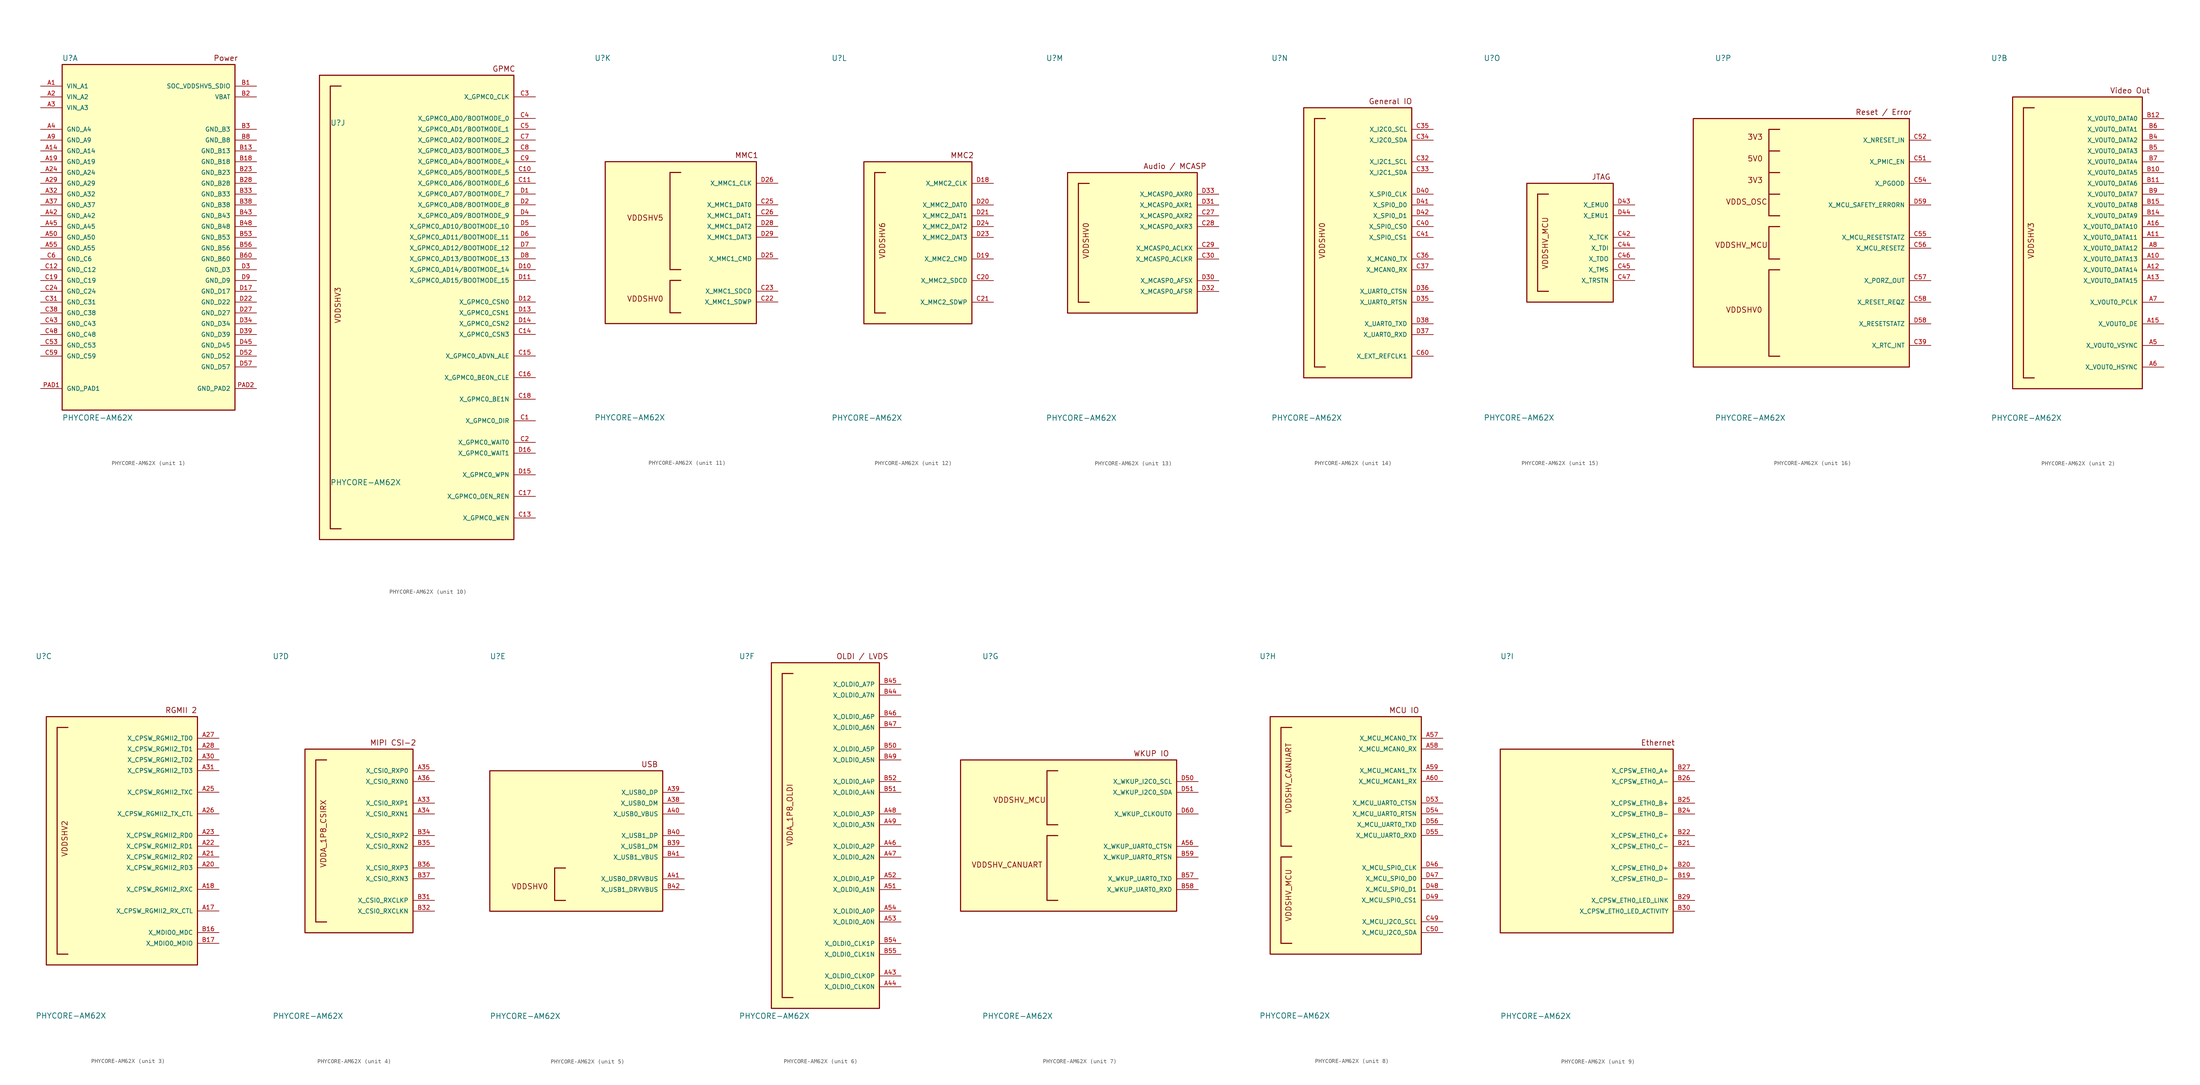
<source format=kicad_sym>
(kicad_symbol_lib
  (version 20220914)
  (generator kicad_symbol_editor)
  (symbol "PHYCORE-AM62X"
    (pin_names
      (offset 1.016))
    (property "Reference" "U"
      (at -20.32 41.402 0)
      (effects (font (size 1.27 1.27)) (justify left bottom)))
    (property "Value" "PHYCORE-AM62X"
      (at -20.32 -43.18 0)
      (effects (font (size 1.27 1.27)) (justify left bottom)))
    (symbol "PHYCORE-AM62X_1_0"
      (rectangle (start -20.32 -40.64) (end 20.32 40.64) (stroke (width 0.254) (type default)) (fill (type background)))
      (text "Power" (at 15.24 41.402 0) (effects (font (size 1.27 1.27)) (justify left bottom)))
      (pin power_in line (at -25.4 35.56 0) (length 5.08) (name "VIN_A1" (effects (font (size 1.016 1.016)))) (number "A1" (effects (font (size 1.016 1.016)))))
      (pin power_in line (at -25.4 20.32 0) (length 5.08) (name "GND_A14" (effects (font (size 1.016 1.016)))) (number "A14" (effects (font (size 1.016 1.016)))))
      (pin power_in line (at -25.4 17.78 0) (length 5.08) (name "GND_A19" (effects (font (size 1.016 1.016)))) (number "A19" (effects (font (size 1.016 1.016)))))
      (pin power_in line (at -25.4 33.02 0) (length 5.08) (name "VIN_A2" (effects (font (size 1.016 1.016)))) (number "A2" (effects (font (size 1.016 1.016)))))
      (pin power_in line (at -25.4 15.24 0) (length 5.08) (name "GND_A24" (effects (font (size 1.016 1.016)))) (number "A24" (effects (font (size 1.016 1.016)))))
      (pin power_in line (at -25.4 12.7 0) (length 5.08) (name "GND_A29" (effects (font (size 1.016 1.016)))) (number "A29" (effects (font (size 1.016 1.016)))))
      (pin power_in line (at -25.4 30.48 0) (length 5.08) (name "VIN_A3" (effects (font (size 1.016 1.016)))) (number "A3" (effects (font (size 1.016 1.016)))))
      (pin power_in line (at -25.4 10.16 0) (length 5.08) (name "GND_A32" (effects (font (size 1.016 1.016)))) (number "A32" (effects (font (size 1.016 1.016)))))
      (pin power_in line (at -25.4 7.62 0) (length 5.08) (name "GND_A37" (effects (font (size 1.016 1.016)))) (number "A37" (effects (font (size 1.016 1.016)))))
      (pin power_in line (at -25.4 25.4 0) (length 5.08) (name "GND_A4" (effects (font (size 1.016 1.016)))) (number "A4" (effects (font (size 1.016 1.016)))))
      (pin power_in line (at -25.4 5.08 0) (length 5.08) (name "GND_A42" (effects (font (size 1.016 1.016)))) (number "A42" (effects (font (size 1.016 1.016)))))
      (pin power_in line (at -25.4 2.54 0) (length 5.08) (name "GND_A45" (effects (font (size 1.016 1.016)))) (number "A45" (effects (font (size 1.016 1.016)))))
      (pin power_in line (at -25.4 0 0) (length 5.08) (name "GND_A50" (effects (font (size 1.016 1.016)))) (number "A50" (effects (font (size 1.016 1.016)))))
      (pin power_in line (at -25.4 -2.54 0) (length 5.08) (name "GND_A55" (effects (font (size 1.016 1.016)))) (number "A55" (effects (font (size 1.016 1.016)))))
      (pin power_in line (at -25.4 22.86 0) (length 5.08) (name "GND_A9" (effects (font (size 1.016 1.016)))) (number "A9" (effects (font (size 1.016 1.016)))))
      (pin power_in line (at 25.4 35.56 180) (length 5.08) (name "SOC_VDDSHV5_SDIO" (effects (font (size 1.016 1.016)))) (number "B1" (effects (font (size 1.016 1.016)))))
      (pin power_in line (at 25.4 20.32 180) (length 5.08) (name "GND_B13" (effects (font (size 1.016 1.016)))) (number "B13" (effects (font (size 1.016 1.016)))))
      (pin power_in line (at 25.4 17.78 180) (length 5.08) (name "GND_B18" (effects (font (size 1.016 1.016)))) (number "B18" (effects (font (size 1.016 1.016)))))
      (pin power_in line (at 25.4 33.02 180) (length 5.08) (name "VBAT" (effects (font (size 1.016 1.016)))) (number "B2" (effects (font (size 1.016 1.016)))))
      (pin power_in line (at 25.4 15.24 180) (length 5.08) (name "GND_B23" (effects (font (size 1.016 1.016)))) (number "B23" (effects (font (size 1.016 1.016)))))
      (pin power_in line (at 25.4 12.7 180) (length 5.08) (name "GND_B28" (effects (font (size 1.016 1.016)))) (number "B28" (effects (font (size 1.016 1.016)))))
      (pin power_in line (at 25.4 25.4 180) (length 5.08) (name "GND_B3" (effects (font (size 1.016 1.016)))) (number "B3" (effects (font (size 1.016 1.016)))))
      (pin power_in line (at 25.4 10.16 180) (length 5.08) (name "GND_B33" (effects (font (size 1.016 1.016)))) (number "B33" (effects (font (size 1.016 1.016)))))
      (pin power_in line (at 25.4 7.62 180) (length 5.08) (name "GND_B38" (effects (font (size 1.016 1.016)))) (number "B38" (effects (font (size 1.016 1.016)))))
      (pin power_in line (at 25.4 5.08 180) (length 5.08) (name "GND_B43" (effects (font (size 1.016 1.016)))) (number "B43" (effects (font (size 1.016 1.016)))))
      (pin power_in line (at 25.4 2.54 180) (length 5.08) (name "GND_B48" (effects (font (size 1.016 1.016)))) (number "B48" (effects (font (size 1.016 1.016)))))
      (pin power_in line (at 25.4 0 180) (length 5.08) (name "GND_B53" (effects (font (size 1.016 1.016)))) (number "B53" (effects (font (size 1.016 1.016)))))
      (pin power_in line (at 25.4 -2.54 180) (length 5.08) (name "GND_B56" (effects (font (size 1.016 1.016)))) (number "B56" (effects (font (size 1.016 1.016)))))
      (pin power_in line (at 25.4 -5.08 180) (length 5.08) (name "GND_B60" (effects (font (size 1.016 1.016)))) (number "B60" (effects (font (size 1.016 1.016)))))
      (pin power_in line (at 25.4 22.86 180) (length 5.08) (name "GND_B8" (effects (font (size 1.016 1.016)))) (number "B8" (effects (font (size 1.016 1.016)))))
      (pin power_in line (at -25.4 -7.62 0) (length 5.08) (name "GND_C12" (effects (font (size 1.016 1.016)))) (number "C12" (effects (font (size 1.016 1.016)))))
      (pin power_in line (at -25.4 -10.16 0) (length 5.08) (name "GND_C19" (effects (font (size 1.016 1.016)))) (number "C19" (effects (font (size 1.016 1.016)))))
      (pin power_in line (at -25.4 -12.7 0) (length 5.08) (name "GND_C24" (effects (font (size 1.016 1.016)))) (number "C24" (effects (font (size 1.016 1.016)))))
      (pin power_in line (at -25.4 -15.24 0) (length 5.08) (name "GND_C31" (effects (font (size 1.016 1.016)))) (number "C31" (effects (font (size 1.016 1.016)))))
      (pin power_in line (at -25.4 -17.78 0) (length 5.08) (name "GND_C38" (effects (font (size 1.016 1.016)))) (number "C38" (effects (font (size 1.016 1.016)))))
      (pin power_in line (at -25.4 -20.32 0) (length 5.08) (name "GND_C43" (effects (font (size 1.016 1.016)))) (number "C43" (effects (font (size 1.016 1.016)))))
      (pin power_in line (at -25.4 -22.86 0) (length 5.08) (name "GND_C48" (effects (font (size 1.016 1.016)))) (number "C48" (effects (font (size 1.016 1.016)))))
      (pin power_in line (at -25.4 -25.4 0) (length 5.08) (name "GND_C53" (effects (font (size 1.016 1.016)))) (number "C53" (effects (font (size 1.016 1.016)))))
      (pin power_in line (at -25.4 -27.94 0) (length 5.08) (name "GND_C59" (effects (font (size 1.016 1.016)))) (number "C59" (effects (font (size 1.016 1.016)))))
      (pin power_in line (at -25.4 -5.08 0) (length 5.08) (name "GND_C6" (effects (font (size 1.016 1.016)))) (number "C6" (effects (font (size 1.016 1.016)))))
      (pin power_in line (at 25.4 -12.7 180) (length 5.08) (name "GND_D17" (effects (font (size 1.016 1.016)))) (number "D17" (effects (font (size 1.016 1.016)))))
      (pin power_in line (at 25.4 -15.24 180) (length 5.08) (name "GND_D22" (effects (font (size 1.016 1.016)))) (number "D22" (effects (font (size 1.016 1.016)))))
      (pin power_in line (at 25.4 -17.78 180) (length 5.08) (name "GND_D27" (effects (font (size 1.016 1.016)))) (number "D27" (effects (font (size 1.016 1.016)))))
      (pin power_in line (at 25.4 -7.62 180) (length 5.08) (name "GND_D3" (effects (font (size 1.016 1.016)))) (number "D3" (effects (font (size 1.016 1.016)))))
      (pin power_in line (at 25.4 -20.32 180) (length 5.08) (name "GND_D34" (effects (font (size 1.016 1.016)))) (number "D34" (effects (font (size 1.016 1.016)))))
      (pin power_in line (at 25.4 -22.86 180) (length 5.08) (name "GND_D39" (effects (font (size 1.016 1.016)))) (number "D39" (effects (font (size 1.016 1.016)))))
      (pin power_in line (at 25.4 -25.4 180) (length 5.08) (name "GND_D45" (effects (font (size 1.016 1.016)))) (number "D45" (effects (font (size 1.016 1.016)))))
      (pin power_in line (at 25.4 -27.94 180) (length 5.08) (name "GND_D52" (effects (font (size 1.016 1.016)))) (number "D52" (effects (font (size 1.016 1.016)))))
      (pin power_in line (at 25.4 -30.48 180) (length 5.08) (name "GND_D57" (effects (font (size 1.016 1.016)))) (number "D57" (effects (font (size 1.016 1.016)))))
      (pin power_in line (at 25.4 -10.16 180) (length 5.08) (name "GND_D9" (effects (font (size 1.016 1.016)))) (number "D9" (effects (font (size 1.016 1.016)))))
      (pin power_in line (at -25.4 -35.56 0) (length 5.08) (name "GND_PAD1" (effects (font (size 1.016 1.016)))) (number "PAD1" (effects (font (size 1.016 1.016)))))
      (pin power_in line (at 25.4 -35.56 180) (length 5.08) (name "GND_PAD2" (effects (font (size 1.016 1.016)))) (number "PAD2" (effects (font (size 1.016 1.016))))))
    (symbol "PHYCORE-AM62X_2_0"
      (rectangle (start -15.24 -35.56) (end 15.24 33.02) (stroke (width 0.254) (type default)) (fill (type background)))
      (polyline (pts (xy -12.7 -33.02) (xy -10.16 -33.02)) (stroke (width 0.254) (type default)) (fill (type none)))
      (polyline (pts (xy -12.7 30.48) (xy -12.7 -33.02)) (stroke (width 0.254) (type default)) (fill (type none)))
      (polyline (pts (xy -10.16 30.48) (xy -12.7 30.48)) (stroke (width 0.254) (type default)) (fill (type none)))
      (text "VDDSHV3" (at -10.16 -5.08 900) (effects (font (size 1.27 1.27)) (justify left bottom)))
      (text "Video Out" (at 7.62 33.782 0) (effects (font (size 1.27 1.27)) (justify left bottom)))
      (pin output line (at 20.32 -5.08 180) (length 5.08) (name "X_VOUT0_DATA13" (effects (font (size 1.016 1.016)))) (number "A10" (effects (font (size 1.016 1.016)))))
      (pin output line (at 20.32 0 180) (length 5.08) (name "X_VOUT0_DATA11" (effects (font (size 1.016 1.016)))) (number "A11" (effects (font (size 1.016 1.016)))))
      (pin output line (at 20.32 -7.62 180) (length 5.08) (name "X_VOUT0_DATA14" (effects (font (size 1.016 1.016)))) (number "A12" (effects (font (size 1.016 1.016)))))
      (pin output line (at 20.32 -10.16 180) (length 5.08) (name "X_VOUT0_DATA15" (effects (font (size 1.016 1.016)))) (number "A13" (effects (font (size 1.016 1.016)))))
      (pin output line (at 20.32 -20.32 180) (length 5.08) (name "X_VOUT0_DE" (effects (font (size 1.016 1.016)))) (number "A15" (effects (font (size 1.016 1.016)))))
      (pin output line (at 20.32 2.54 180) (length 5.08) (name "X_VOUT0_DATA10" (effects (font (size 1.016 1.016)))) (number "A16" (effects (font (size 1.016 1.016)))))
      (pin output line (at 20.32 -25.4 180) (length 5.08) (name "X_VOUT0_VSYNC" (effects (font (size 1.016 1.016)))) (number "A5" (effects (font (size 1.016 1.016)))))
      (pin output line (at 20.32 -30.48 180) (length 5.08) (name "X_VOUT0_HSYNC" (effects (font (size 1.016 1.016)))) (number "A6" (effects (font (size 1.016 1.016)))))
      (pin output line (at 20.32 -15.24 180) (length 5.08) (name "X_VOUT0_PCLK" (effects (font (size 1.016 1.016)))) (number "A7" (effects (font (size 1.016 1.016)))))
      (pin output line (at 20.32 -2.54 180) (length 5.08) (name "X_VOUT0_DATA12" (effects (font (size 1.016 1.016)))) (number "A8" (effects (font (size 1.016 1.016)))))
      (pin output line (at 20.32 15.24 180) (length 5.08) (name "X_VOUT0_DATA5" (effects (font (size 1.016 1.016)))) (number "B10" (effects (font (size 1.016 1.016)))))
      (pin output line (at 20.32 12.7 180) (length 5.08) (name "X_VOUT0_DATA6" (effects (font (size 1.016 1.016)))) (number "B11" (effects (font (size 1.016 1.016)))))
      (pin output line (at 20.32 27.94 180) (length 5.08) (name "X_VOUT0_DATA0" (effects (font (size 1.016 1.016)))) (number "B12" (effects (font (size 1.016 1.016)))))
      (pin output line (at 20.32 5.08 180) (length 5.08) (name "X_VOUT0_DATA9" (effects (font (size 1.016 1.016)))) (number "B14" (effects (font (size 1.016 1.016)))))
      (pin output line (at 20.32 7.62 180) (length 5.08) (name "X_VOUT0_DATA8" (effects (font (size 1.016 1.016)))) (number "B15" (effects (font (size 1.016 1.016)))))
      (pin output line (at 20.32 22.86 180) (length 5.08) (name "X_VOUT0_DATA2" (effects (font (size 1.016 1.016)))) (number "B4" (effects (font (size 1.016 1.016)))))
      (pin output line (at 20.32 20.32 180) (length 5.08) (name "X_VOUT0_DATA3" (effects (font (size 1.016 1.016)))) (number "B5" (effects (font (size 1.016 1.016)))))
      (pin output line (at 20.32 25.4 180) (length 5.08) (name "X_VOUT0_DATA1" (effects (font (size 1.016 1.016)))) (number "B6" (effects (font (size 1.016 1.016)))))
      (pin output line (at 20.32 17.78 180) (length 5.08) (name "X_VOUT0_DATA4" (effects (font (size 1.016 1.016)))) (number "B7" (effects (font (size 1.016 1.016)))))
      (pin output line (at 20.32 10.16 180) (length 5.08) (name "X_VOUT0_DATA7" (effects (font (size 1.016 1.016)))) (number "B9" (effects (font (size 1.016 1.016))))))
    (symbol "PHYCORE-AM62X_3_0"
      (rectangle (start -17.78 -30.48) (end 17.78 27.94) (stroke (width 0.254) (type default)) (fill (type background)))
      (polyline (pts (xy -15.24 -27.94) (xy -12.7 -27.94)) (stroke (width 0.254) (type default)) (fill (type none)))
      (polyline (pts (xy -15.24 25.4) (xy -15.24 -27.94)) (stroke (width 0.254) (type default)) (fill (type none)))
      (polyline (pts (xy -12.7 25.4) (xy -15.24 25.4)) (stroke (width 0.254) (type default)) (fill (type none)))
      (text "RGMII 2" (at 10.16 28.702 0) (effects (font (size 1.27 1.27)) (justify left bottom)))
      (text "VDDSHV2" (at -12.7 -5.08 900) (effects (font (size 1.27 1.27)) (justify left bottom)))
      (pin input line (at 22.86 -17.78 180) (length 5.08) (name "X_CPSW_RGMII2_RX_CTL" (effects (font (size 1.016 1.016)))) (number "A17" (effects (font (size 1.016 1.016)))))
      (pin input line (at 22.86 -12.7 180) (length 5.08) (name "X_CPSW_RGMII2_RXC" (effects (font (size 1.016 1.016)))) (number "A18" (effects (font (size 1.016 1.016)))))
      (pin input line (at 22.86 -7.62 180) (length 5.08) (name "X_CPSW_RGMII2_RD3" (effects (font (size 1.016 1.016)))) (number "A20" (effects (font (size 1.016 1.016)))))
      (pin input line (at 22.86 -5.08 180) (length 5.08) (name "X_CPSW_RGMII2_RD2" (effects (font (size 1.016 1.016)))) (number "A21" (effects (font (size 1.016 1.016)))))
      (pin input line (at 22.86 -2.54 180) (length 5.08) (name "X_CPSW_RGMII2_RD1" (effects (font (size 1.016 1.016)))) (number "A22" (effects (font (size 1.016 1.016)))))
      (pin input line (at 22.86 0 180) (length 5.08) (name "X_CPSW_RGMII2_RD0" (effects (font (size 1.016 1.016)))) (number "A23" (effects (font (size 1.016 1.016)))))
      (pin bidirectional line (at 22.86 10.16 180) (length 5.08) (name "X_CPSW_RGMII2_TXC" (effects (font (size 1.016 1.016)))) (number "A25" (effects (font (size 1.016 1.016)))))
      (pin output line (at 22.86 5.08 180) (length 5.08) (name "X_CPSW_RGMII2_TX_CTL" (effects (font (size 1.016 1.016)))) (number "A26" (effects (font (size 1.016 1.016)))))
      (pin output line (at 22.86 22.86 180) (length 5.08) (name "X_CPSW_RGMII2_TD0" (effects (font (size 1.016 1.016)))) (number "A27" (effects (font (size 1.016 1.016)))))
      (pin output line (at 22.86 20.32 180) (length 5.08) (name "X_CPSW_RGMII2_TD1" (effects (font (size 1.016 1.016)))) (number "A28" (effects (font (size 1.016 1.016)))))
      (pin output line (at 22.86 17.78 180) (length 5.08) (name "X_CPSW_RGMII2_TD2" (effects (font (size 1.016 1.016)))) (number "A30" (effects (font (size 1.016 1.016)))))
      (pin output line (at 22.86 15.24 180) (length 5.08) (name "X_CPSW_RGMII2_TD3" (effects (font (size 1.016 1.016)))) (number "A31" (effects (font (size 1.016 1.016)))))
      (pin output line (at 22.86 -22.86 180) (length 5.08) (name "X_MDIO0_MDC" (effects (font (size 1.016 1.016)))) (number "B16" (effects (font (size 1.016 1.016)))))
      (pin bidirectional line (at 22.86 -25.4 180) (length 5.08) (name "X_MDIO0_MDIO" (effects (font (size 1.016 1.016)))) (number "B17" (effects (font (size 1.016 1.016))))))
    (symbol "PHYCORE-AM62X_4_0"
      (rectangle (start -12.7 -22.86) (end 12.7 20.32) (stroke (width 0.254) (type default)) (fill (type background)))
      (polyline (pts (xy -10.16 -20.32) (xy -7.62 -20.32)) (stroke (width 0.254) (type default)) (fill (type none)))
      (polyline (pts (xy -10.16 17.78) (xy -10.16 -20.32)) (stroke (width 0.254) (type default)) (fill (type none)))
      (polyline (pts (xy -7.62 17.78) (xy -10.16 17.78)) (stroke (width 0.254) (type default)) (fill (type none)))
      (text "MIPI CSI-2" (at 2.54 21.082 0) (effects (font (size 1.27 1.27)) (justify left bottom)))
      (text "VDDA_1P8_CSIRX" (at -7.62 -7.62 900) (effects (font (size 1.27 1.27)) (justify left bottom)))
      (pin input line (at 17.78 7.62 180) (length 5.08) (name "X_CSI0_RXP1" (effects (font (size 1.016 1.016)))) (number "A33" (effects (font (size 1.016 1.016)))))
      (pin input line (at 17.78 5.08 180) (length 5.08) (name "X_CSI0_RXN1" (effects (font (size 1.016 1.016)))) (number "A34" (effects (font (size 1.016 1.016)))))
      (pin input line (at 17.78 15.24 180) (length 5.08) (name "X_CSI0_RXP0" (effects (font (size 1.016 1.016)))) (number "A35" (effects (font (size 1.016 1.016)))))
      (pin input line (at 17.78 12.7 180) (length 5.08) (name "X_CSI0_RXN0" (effects (font (size 1.016 1.016)))) (number "A36" (effects (font (size 1.016 1.016)))))
      (pin input line (at 17.78 -15.24 180) (length 5.08) (name "X_CSI0_RXCLKP" (effects (font (size 1.016 1.016)))) (number "B31" (effects (font (size 1.016 1.016)))))
      (pin input line (at 17.78 -17.78 180) (length 5.08) (name "X_CSI0_RXCLKN" (effects (font (size 1.016 1.016)))) (number "B32" (effects (font (size 1.016 1.016)))))
      (pin input line (at 17.78 0 180) (length 5.08) (name "X_CSI0_RXP2" (effects (font (size 1.016 1.016)))) (number "B34" (effects (font (size 1.016 1.016)))))
      (pin input line (at 17.78 -2.54 180) (length 5.08) (name "X_CSI0_RXN2" (effects (font (size 1.016 1.016)))) (number "B35" (effects (font (size 1.016 1.016)))))
      (pin input line (at 17.78 -7.62 180) (length 5.08) (name "X_CSI0_RXP3" (effects (font (size 1.016 1.016)))) (number "B36" (effects (font (size 1.016 1.016)))))
      (pin input line (at 17.78 -10.16 180) (length 5.08) (name "X_CSI0_RXN3" (effects (font (size 1.016 1.016)))) (number "B37" (effects (font (size 1.016 1.016))))))
    (symbol "PHYCORE-AM62X_5_0"
      (rectangle (start -20.32 -17.78) (end 20.32 15.24) (stroke (width 0.254) (type default)) (fill (type background)))
      (polyline (pts (xy -5.08 -15.24) (xy -2.54 -15.24)) (stroke (width 0.254) (type default)) (fill (type none)))
      (polyline (pts (xy -5.08 -7.62) (xy -5.08 -15.24)) (stroke (width 0.254) (type default)) (fill (type none)))
      (polyline (pts (xy -2.54 -7.62) (xy -5.08 -7.62)) (stroke (width 0.254) (type default)) (fill (type none)))
      (text "USB" (at 15.24 16.002 0) (effects (font (size 1.27 1.27)) (justify left bottom)))
      (text "VDDSHV0" (at -15.24 -12.7 0) (effects (font (size 1.27 1.27)) (justify left bottom)))
      (pin bidirectional line (at 25.4 7.62 180) (length 5.08) (name "X_USB0_DM" (effects (font (size 1.016 1.016)))) (number "A38" (effects (font (size 1.016 1.016)))))
      (pin bidirectional line (at 25.4 10.16 180) (length 5.08) (name "X_USB0_DP" (effects (font (size 1.016 1.016)))) (number "A39" (effects (font (size 1.016 1.016)))))
      (pin power_in line (at 25.4 5.08 180) (length 5.08) (name "X_USB0_VBUS" (effects (font (size 1.016 1.016)))) (number "A40" (effects (font (size 1.016 1.016)))))
      (pin power_in line (at 25.4 -10.16 180) (length 5.08) (name "X_USB0_DRVVBUS" (effects (font (size 1.016 1.016)))) (number "A41" (effects (font (size 1.016 1.016)))))
      (pin bidirectional line (at 25.4 -2.54 180) (length 5.08) (name "X_USB1_DM" (effects (font (size 1.016 1.016)))) (number "B39" (effects (font (size 1.016 1.016)))))
      (pin bidirectional line (at 25.4 0 180) (length 5.08) (name "X_USB1_DP" (effects (font (size 1.016 1.016)))) (number "B40" (effects (font (size 1.016 1.016)))))
      (pin power_in line (at 25.4 -5.08 180) (length 5.08) (name "X_USB1_VBUS" (effects (font (size 1.016 1.016)))) (number "B41" (effects (font (size 1.016 1.016)))))
      (pin power_in line (at 25.4 -12.7 180) (length 5.08) (name "X_USB1_DRVVBUS" (effects (font (size 1.016 1.016)))) (number "B42" (effects (font (size 1.016 1.016))))))
    (symbol "PHYCORE-AM62X_6_0"
      (rectangle (start -12.7 -40.64) (end 12.7 40.64) (stroke (width 0.254) (type default)) (fill (type background)))
      (polyline (pts (xy -10.16 -38.1) (xy -7.62 -38.1)) (stroke (width 0.254) (type default)) (fill (type none)))
      (polyline (pts (xy -10.16 38.1) (xy -10.16 -38.1)) (stroke (width 0.254) (type default)) (fill (type none)))
      (polyline (pts (xy -7.62 38.1) (xy -10.16 38.1)) (stroke (width 0.254) (type default)) (fill (type none)))
      (text "OLDI / LVDS" (at 2.54 41.402 0) (effects (font (size 1.27 1.27)) (justify left bottom)))
      (text "VDDA_1P8_OLDI" (at -7.62 -2.54 900) (effects (font (size 1.27 1.27)) (justify left bottom)))
      (pin bidirectional line (at 17.78 -33.02 180) (length 5.08) (name "X_OLDI0_CLK0P" (effects (font (size 1.016 1.016)))) (number "A43" (effects (font (size 1.016 1.016)))))
      (pin bidirectional line (at 17.78 -35.56 180) (length 5.08) (name "X_OLDI0_CLK0N" (effects (font (size 1.016 1.016)))) (number "A44" (effects (font (size 1.016 1.016)))))
      (pin bidirectional line (at 17.78 -2.54 180) (length 5.08) (name "X_OLDI0_A2P" (effects (font (size 1.016 1.016)))) (number "A46" (effects (font (size 1.016 1.016)))))
      (pin bidirectional line (at 17.78 -5.08 180) (length 5.08) (name "X_OLDI0_A2N" (effects (font (size 1.016 1.016)))) (number "A47" (effects (font (size 1.016 1.016)))))
      (pin bidirectional line (at 17.78 5.08 180) (length 5.08) (name "X_OLDI0_A3P" (effects (font (size 1.016 1.016)))) (number "A48" (effects (font (size 1.016 1.016)))))
      (pin bidirectional line (at 17.78 2.54 180) (length 5.08) (name "X_OLDI0_A3N" (effects (font (size 1.016 1.016)))) (number "A49" (effects (font (size 1.016 1.016)))))
      (pin bidirectional line (at 17.78 -12.7 180) (length 5.08) (name "X_OLDI0_A1N" (effects (font (size 1.016 1.016)))) (number "A51" (effects (font (size 1.016 1.016)))))
      (pin bidirectional line (at 17.78 -10.16 180) (length 5.08) (name "X_OLDI0_A1P" (effects (font (size 1.016 1.016)))) (number "A52" (effects (font (size 1.016 1.016)))))
      (pin bidirectional line (at 17.78 -20.32 180) (length 5.08) (name "X_OLDI0_A0N" (effects (font (size 1.016 1.016)))) (number "A53" (effects (font (size 1.016 1.016)))))
      (pin bidirectional line (at 17.78 -17.78 180) (length 5.08) (name "X_OLDI0_A0P" (effects (font (size 1.016 1.016)))) (number "A54" (effects (font (size 1.016 1.016)))))
      (pin bidirectional line (at 17.78 33.02 180) (length 5.08) (name "X_OLDI0_A7N" (effects (font (size 1.016 1.016)))) (number "B44" (effects (font (size 1.016 1.016)))))
      (pin bidirectional line (at 17.78 35.56 180) (length 5.08) (name "X_OLDI0_A7P" (effects (font (size 1.016 1.016)))) (number "B45" (effects (font (size 1.016 1.016)))))
      (pin bidirectional line (at 17.78 27.94 180) (length 5.08) (name "X_OLDI0_A6P" (effects (font (size 1.016 1.016)))) (number "B46" (effects (font (size 1.016 1.016)))))
      (pin bidirectional line (at 17.78 25.4 180) (length 5.08) (name "X_OLDI0_A6N" (effects (font (size 1.016 1.016)))) (number "B47" (effects (font (size 1.016 1.016)))))
      (pin bidirectional line (at 17.78 17.78 180) (length 5.08) (name "X_OLDI0_A5N" (effects (font (size 1.016 1.016)))) (number "B49" (effects (font (size 1.016 1.016)))))
      (pin bidirectional line (at 17.78 20.32 180) (length 5.08) (name "X_OLDI0_A5P" (effects (font (size 1.016 1.016)))) (number "B50" (effects (font (size 1.016 1.016)))))
      (pin bidirectional line (at 17.78 10.16 180) (length 5.08) (name "X_OLDI0_A4N" (effects (font (size 1.016 1.016)))) (number "B51" (effects (font (size 1.016 1.016)))))
      (pin bidirectional line (at 17.78 12.7 180) (length 5.08) (name "X_OLDI0_A4P" (effects (font (size 1.016 1.016)))) (number "B52" (effects (font (size 1.016 1.016)))))
      (pin bidirectional line (at 17.78 -25.4 180) (length 5.08) (name "X_OLDI0_CLK1P" (effects (font (size 1.016 1.016)))) (number "B54" (effects (font (size 1.016 1.016)))))
      (pin bidirectional line (at 17.78 -27.94 180) (length 5.08) (name "X_OLDI0_CLK1N" (effects (font (size 1.016 1.016)))) (number "B55" (effects (font (size 1.016 1.016))))))
    (symbol "PHYCORE-AM62X_7_0"
      (rectangle (start -25.4 -17.78) (end 25.4 17.78) (stroke (width 0.254) (type default)) (fill (type background)))
      (polyline (pts (xy -5.08 -15.24) (xy -2.54 -15.24)) (stroke (width 0.254) (type default)) (fill (type none)))
      (polyline (pts (xy -5.08 0) (xy -5.08 -15.24)) (stroke (width 0.254) (type default)) (fill (type none)))
      (polyline (pts (xy -5.08 2.54) (xy -2.54 2.54)) (stroke (width 0.254) (type default)) (fill (type none)))
      (polyline (pts (xy -5.08 15.24) (xy -5.08 2.54)) (stroke (width 0.254) (type default)) (fill (type none)))
      (polyline (pts (xy -2.54 0) (xy -5.08 0)) (stroke (width 0.254) (type default)) (fill (type none)))
      (polyline (pts (xy -2.54 15.24) (xy -5.08 15.24)) (stroke (width 0.254) (type default)) (fill (type none)))
      (text "VDDSHV_CANUART" (at -22.86 -7.62 0) (effects (font (size 1.27 1.27)) (justify left bottom)))
      (text "VDDSHV_MCU" (at -17.78 7.62 0) (effects (font (size 1.27 1.27)) (justify left bottom)))
      (text "WKUP IO" (at 15.24 18.542 0) (effects (font (size 1.27 1.27)) (justify left bottom)))
      (pin input line (at 30.48 -2.54 180) (length 5.08) (name "X_WKUP_UART0_CTSN" (effects (font (size 1.016 1.016)))) (number "A56" (effects (font (size 1.016 1.016)))))
      (pin output line (at 30.48 -10.16 180) (length 5.08) (name "X_WKUP_UART0_TXD" (effects (font (size 1.016 1.016)))) (number "B57" (effects (font (size 1.016 1.016)))))
      (pin input line (at 30.48 -12.7 180) (length 5.08) (name "X_WKUP_UART0_RXD" (effects (font (size 1.016 1.016)))) (number "B58" (effects (font (size 1.016 1.016)))))
      (pin output line (at 30.48 -5.08 180) (length 5.08) (name "X_WKUP_UART0_RTSN" (effects (font (size 1.016 1.016)))) (number "B59" (effects (font (size 1.016 1.016)))))
      (pin bidirectional line (at 30.48 12.7 180) (length 5.08) (name "X_WKUP_I2C0_SCL" (effects (font (size 1.016 1.016)))) (number "D50" (effects (font (size 1.016 1.016)))))
      (pin bidirectional line (at 30.48 10.16 180) (length 5.08) (name "X_WKUP_I2C0_SDA" (effects (font (size 1.016 1.016)))) (number "D51" (effects (font (size 1.016 1.016)))))
      (pin output line (at 30.48 5.08 180) (length 5.08) (name "X_WKUP_CLKOUT0" (effects (font (size 1.016 1.016)))) (number "D60" (effects (font (size 1.016 1.016))))))
    (symbol "PHYCORE-AM62X_8_0"
      (rectangle (start -17.78 -27.94) (end 17.78 27.94) (stroke (width 0.254) (type default)) (fill (type background)))
      (polyline (pts (xy -15.24 -25.4) (xy -12.7 -25.4)) (stroke (width 0.254) (type default)) (fill (type none)))
      (polyline (pts (xy -15.24 -5.08) (xy -15.24 -25.4)) (stroke (width 0.254) (type default)) (fill (type none)))
      (polyline (pts (xy -15.24 -2.54) (xy -12.7 -2.54)) (stroke (width 0.254) (type default)) (fill (type none)))
      (polyline (pts (xy -15.24 25.4) (xy -15.24 -2.54)) (stroke (width 0.254) (type default)) (fill (type none)))
      (polyline (pts (xy -12.7 -5.08) (xy -15.24 -5.08)) (stroke (width 0.254) (type default)) (fill (type none)))
      (polyline (pts (xy -12.7 25.4) (xy -15.24 25.4)) (stroke (width 0.254) (type default)) (fill (type none)))
      (text "MCU IO" (at 10.16 28.702 0) (effects (font (size 1.27 1.27)) (justify left bottom)))
      (text "VDDSHV_CANUART" (at -12.7 5.08 900) (effects (font (size 1.27 1.27)) (justify left bottom)))
      (text "VDDSHV_MCU" (at -12.7 -20.32 900) (effects (font (size 1.27 1.27)) (justify left bottom)))
      (pin output line (at 22.86 22.86 180) (length 5.08) (name "X_MCU_MCAN0_TX" (effects (font (size 1.016 1.016)))) (number "A57" (effects (font (size 1.016 1.016)))))
      (pin input line (at 22.86 20.32 180) (length 5.08) (name "X_MCU_MCAN0_RX" (effects (font (size 1.016 1.016)))) (number "A58" (effects (font (size 1.016 1.016)))))
      (pin output line (at 22.86 15.24 180) (length 5.08) (name "X_MCU_MCAN1_TX" (effects (font (size 1.016 1.016)))) (number "A59" (effects (font (size 1.016 1.016)))))
      (pin input line (at 22.86 12.7 180) (length 5.08) (name "X_MCU_MCAN1_RX" (effects (font (size 1.016 1.016)))) (number "A60" (effects (font (size 1.016 1.016)))))
      (pin bidirectional line (at 22.86 -20.32 180) (length 5.08) (name "X_MCU_I2C0_SCL" (effects (font (size 1.016 1.016)))) (number "C49" (effects (font (size 1.016 1.016)))))
      (pin bidirectional line (at 22.86 -22.86 180) (length 5.08) (name "X_MCU_I2C0_SDA" (effects (font (size 1.016 1.016)))) (number "C50" (effects (font (size 1.016 1.016)))))
      (pin bidirectional line (at 22.86 -7.62 180) (length 5.08) (name "X_MCU_SPI0_CLK" (effects (font (size 1.016 1.016)))) (number "D46" (effects (font (size 1.016 1.016)))))
      (pin bidirectional line (at 22.86 -10.16 180) (length 5.08) (name "X_MCU_SPI0_D0" (effects (font (size 1.016 1.016)))) (number "D47" (effects (font (size 1.016 1.016)))))
      (pin bidirectional line (at 22.86 -12.7 180) (length 5.08) (name "X_MCU_SPI0_D1" (effects (font (size 1.016 1.016)))) (number "D48" (effects (font (size 1.016 1.016)))))
      (pin bidirectional line (at 22.86 -15.24 180) (length 5.08) (name "X_MCU_SPI0_CS1" (effects (font (size 1.016 1.016)))) (number "D49" (effects (font (size 1.016 1.016)))))
      (pin input line (at 22.86 7.62 180) (length 5.08) (name "X_MCU_UART0_CTSN" (effects (font (size 1.016 1.016)))) (number "D53" (effects (font (size 1.016 1.016)))))
      (pin output line (at 22.86 5.08 180) (length 5.08) (name "X_MCU_UART0_RTSN" (effects (font (size 1.016 1.016)))) (number "D54" (effects (font (size 1.016 1.016)))))
      (pin input line (at 22.86 0 180) (length 5.08) (name "X_MCU_UART0_RXD" (effects (font (size 1.016 1.016)))) (number "D55" (effects (font (size 1.016 1.016)))))
      (pin output line (at 22.86 2.54 180) (length 5.08) (name "X_MCU_UART0_TXD" (effects (font (size 1.016 1.016)))) (number "D56" (effects (font (size 1.016 1.016))))))
    (symbol "PHYCORE-AM62X_9_0"
      (rectangle (start -20.32 -22.86) (end 20.32 20.32) (stroke (width 0.254) (type default)) (fill (type background)))
      (text "Ethernet" (at 12.7 21.082 0) (effects (font (size 1.27 1.27)) (justify left bottom)))
      (pin bidirectional line (at 25.4 -10.16 180) (length 5.08) (name "X_CPSW_ETH0_D-" (effects (font (size 1.016 1.016)))) (number "B19" (effects (font (size 1.016 1.016)))))
      (pin bidirectional line (at 25.4 -7.62 180) (length 5.08) (name "X_CPSW_ETH0_D+" (effects (font (size 1.016 1.016)))) (number "B20" (effects (font (size 1.016 1.016)))))
      (pin bidirectional line (at 25.4 -2.54 180) (length 5.08) (name "X_CPSW_ETH0_C-" (effects (font (size 1.016 1.016)))) (number "B21" (effects (font (size 1.016 1.016)))))
      (pin bidirectional line (at 25.4 0 180) (length 5.08) (name "X_CPSW_ETH0_C+" (effects (font (size 1.016 1.016)))) (number "B22" (effects (font (size 1.016 1.016)))))
      (pin bidirectional line (at 25.4 5.08 180) (length 5.08) (name "X_CPSW_ETH0_B-" (effects (font (size 1.016 1.016)))) (number "B24" (effects (font (size 1.016 1.016)))))
      (pin bidirectional line (at 25.4 7.62 180) (length 5.08) (name "X_CPSW_ETH0_B+" (effects (font (size 1.016 1.016)))) (number "B25" (effects (font (size 1.016 1.016)))))
      (pin bidirectional line (at 25.4 12.7 180) (length 5.08) (name "X_CPSW_ETH0_A-" (effects (font (size 1.016 1.016)))) (number "B26" (effects (font (size 1.016 1.016)))))
      (pin bidirectional line (at 25.4 15.24 180) (length 5.08) (name "X_CPSW_ETH0_A+" (effects (font (size 1.016 1.016)))) (number "B27" (effects (font (size 1.016 1.016)))))
      (pin output line (at 25.4 -15.24 180) (length 5.08) (name "X_CPSW_ETH0_LED_LINK" (effects (font (size 1.016 1.016)))) (number "B29" (effects (font (size 1.016 1.016)))))
      (pin output line (at 25.4 -17.78 180) (length 5.08) (name "X_CPSW_ETH0_LED_ACTIVITY" (effects (font (size 1.016 1.016)))) (number "B30" (effects (font (size 1.016 1.016))))))
    (symbol "PHYCORE-AM62X_10_0"
      (rectangle (start -22.86 -55.88) (end 22.86 53.34) (stroke (width 0.254) (type default)) (fill (type background)))
      (polyline (pts (xy -20.32 -53.34) (xy -17.78 -53.34)) (stroke (width 0.254) (type default)) (fill (type none)))
      (polyline (pts (xy -20.32 50.8) (xy -20.32 -53.34)) (stroke (width 0.254) (type default)) (fill (type none)))
      (polyline (pts (xy -17.78 50.8) (xy -20.32 50.8)) (stroke (width 0.254) (type default)) (fill (type none)))
      (text "GPMC" (at 17.78 54.102 0) (effects (font (size 1.27 1.27)) (justify left bottom)))
      (text "VDDSHV3" (at -17.78 -5.08 900) (effects (font (size 1.27 1.27)) (justify left bottom)))
      (pin output line (at 27.94 -27.94 180) (length 5.08) (name "X_GPMC0_DIR" (effects (font (size 1.016 1.016)))) (number "C1" (effects (font (size 1.016 1.016)))))
      (pin bidirectional line (at 27.94 30.48 180) (length 5.08) (name "X_GPMC0_AD5/BOOTMODE_5" (effects (font (size 1.016 1.016)))) (number "C10" (effects (font (size 1.016 1.016)))))
      (pin bidirectional line (at 27.94 27.94 180) (length 5.08) (name "X_GPMC0_AD6/BOOTMODE_6" (effects (font (size 1.016 1.016)))) (number "C11" (effects (font (size 1.016 1.016)))))
      (pin output line (at 27.94 -50.8 180) (length 5.08) (name "X_GPMC0_WEN" (effects (font (size 1.016 1.016)))) (number "C13" (effects (font (size 1.016 1.016)))))
      (pin output line (at 27.94 -7.62 180) (length 5.08) (name "X_GPMC0_CSN3" (effects (font (size 1.016 1.016)))) (number "C14" (effects (font (size 1.016 1.016)))))
      (pin output line (at 27.94 -12.7 180) (length 5.08) (name "X_GPMC0_ADVN_ALE" (effects (font (size 1.016 1.016)))) (number "C15" (effects (font (size 1.016 1.016)))))
      (pin output line (at 27.94 -17.78 180) (length 5.08) (name "X_GPMC0_BE0N_CLE" (effects (font (size 1.016 1.016)))) (number "C16" (effects (font (size 1.016 1.016)))))
      (pin output line (at 27.94 -45.72 180) (length 5.08) (name "X_GPMC0_OEN_REN" (effects (font (size 1.016 1.016)))) (number "C17" (effects (font (size 1.016 1.016)))))
      (pin output line (at 27.94 -22.86 180) (length 5.08) (name "X_GPMC0_BE1N" (effects (font (size 1.016 1.016)))) (number "C18" (effects (font (size 1.016 1.016)))))
      (pin input line (at 27.94 -33.02 180) (length 5.08) (name "X_GPMC0_WAIT0" (effects (font (size 1.016 1.016)))) (number "C2" (effects (font (size 1.016 1.016)))))
      (pin output line (at 27.94 48.26 180) (length 5.08) (name "X_GPMC0_CLK" (effects (font (size 1.016 1.016)))) (number "C3" (effects (font (size 1.016 1.016)))))
      (pin bidirectional line (at 27.94 43.18 180) (length 5.08) (name "X_GPMC0_AD0/BOOTMODE_0" (effects (font (size 1.016 1.016)))) (number "C4" (effects (font (size 1.016 1.016)))))
      (pin bidirectional line (at 27.94 40.64 180) (length 5.08) (name "X_GPMC0_AD1/BOOTMODE_1" (effects (font (size 1.016 1.016)))) (number "C5" (effects (font (size 1.016 1.016)))))
      (pin bidirectional line (at 27.94 38.1 180) (length 5.08) (name "X_GPMC0_AD2/BOOTMODE_2" (effects (font (size 1.016 1.016)))) (number "C7" (effects (font (size 1.016 1.016)))))
      (pin bidirectional line (at 27.94 35.56 180) (length 5.08) (name "X_GPMC0_AD3/BOOTMODE_3" (effects (font (size 1.016 1.016)))) (number "C8" (effects (font (size 1.016 1.016)))))
      (pin bidirectional line (at 27.94 33.02 180) (length 5.08) (name "X_GPMC0_AD4/BOOTMODE_4" (effects (font (size 1.016 1.016)))) (number "C9" (effects (font (size 1.016 1.016)))))
      (pin bidirectional line (at 27.94 25.4 180) (length 5.08) (name "X_GPMC0_AD7/BOOTMODE_7" (effects (font (size 1.016 1.016)))) (number "D1" (effects (font (size 1.016 1.016)))))
      (pin bidirectional line (at 27.94 7.62 180) (length 5.08) (name "X_GPMC0_AD14/BOOTMODE_14" (effects (font (size 1.016 1.016)))) (number "D10" (effects (font (size 1.016 1.016)))))
      (pin bidirectional line (at 27.94 5.08 180) (length 5.08) (name "X_GPMC0_AD15/BOOTMODE_15" (effects (font (size 1.016 1.016)))) (number "D11" (effects (font (size 1.016 1.016)))))
      (pin output line (at 27.94 0 180) (length 5.08) (name "X_GPMC0_CSN0" (effects (font (size 1.016 1.016)))) (number "D12" (effects (font (size 1.016 1.016)))))
      (pin output line (at 27.94 -2.54 180) (length 5.08) (name "X_GPMC0_CSN1" (effects (font (size 1.016 1.016)))) (number "D13" (effects (font (size 1.016 1.016)))))
      (pin output line (at 27.94 -5.08 180) (length 5.08) (name "X_GPMC0_CSN2" (effects (font (size 1.016 1.016)))) (number "D14" (effects (font (size 1.016 1.016)))))
      (pin output line (at 27.94 -40.64 180) (length 5.08) (name "X_GPMC0_WPN" (effects (font (size 1.016 1.016)))) (number "D15" (effects (font (size 1.016 1.016)))))
      (pin input line (at 27.94 -35.56 180) (length 5.08) (name "X_GPMC0_WAIT1" (effects (font (size 1.016 1.016)))) (number "D16" (effects (font (size 1.016 1.016)))))
      (pin bidirectional line (at 27.94 22.86 180) (length 5.08) (name "X_GPMC0_AD8/BOOTMODE_8" (effects (font (size 1.016 1.016)))) (number "D2" (effects (font (size 1.016 1.016)))))
      (pin bidirectional line (at 27.94 20.32 180) (length 5.08) (name "X_GPMC0_AD9/BOOTMODE_9" (effects (font (size 1.016 1.016)))) (number "D4" (effects (font (size 1.016 1.016)))))
      (pin bidirectional line (at 27.94 17.78 180) (length 5.08) (name "X_GPMC0_AD10/BOOTMODE_10" (effects (font (size 1.016 1.016)))) (number "D5" (effects (font (size 1.016 1.016)))))
      (pin bidirectional line (at 27.94 15.24 180) (length 5.08) (name "X_GPMC0_AD11/BOOTMODE_11" (effects (font (size 1.016 1.016)))) (number "D6" (effects (font (size 1.016 1.016)))))
      (pin bidirectional line (at 27.94 12.7 180) (length 5.08) (name "X_GPMC0_AD12/BOOTMODE_12" (effects (font (size 1.016 1.016)))) (number "D7" (effects (font (size 1.016 1.016)))))
      (pin bidirectional line (at 27.94 10.16 180) (length 5.08) (name "X_GPMC0_AD13/BOOTMODE_13" (effects (font (size 1.016 1.016)))) (number "D8" (effects (font (size 1.016 1.016))))))
    (symbol "PHYCORE-AM62X_11_0"
      (rectangle (start -17.78 -20.32) (end 17.78 17.78) (stroke (width 0.254) (type default)) (fill (type background)))
      (polyline (pts (xy -2.54 -17.78) (xy 0 -17.78)) (stroke (width 0.254) (type default)) (fill (type none)))
      (polyline (pts (xy -2.54 -10.16) (xy -2.54 -17.78)) (stroke (width 0.254) (type default)) (fill (type none)))
      (polyline (pts (xy -2.54 -7.62) (xy 0 -7.62)) (stroke (width 0.254) (type default)) (fill (type none)))
      (polyline (pts (xy -2.54 15.24) (xy -2.54 -7.62)) (stroke (width 0.254) (type default)) (fill (type none)))
      (polyline (pts (xy 0 -10.16) (xy -2.54 -10.16)) (stroke (width 0.254) (type default)) (fill (type none)))
      (polyline (pts (xy 0 15.24) (xy -2.54 15.24)) (stroke (width 0.254) (type default)) (fill (type none)))
      (text "MMC1" (at 12.7 18.542 0) (effects (font (size 1.27 1.27)) (justify left bottom)))
      (text "VDDSHV0" (at -12.7 -15.24 0) (effects (font (size 1.27 1.27)) (justify left bottom)))
      (text "VDDSHV5" (at -12.7 3.81 0) (effects (font (size 1.27 1.27)) (justify left bottom)))
      (pin input line (at 22.86 -15.24 180) (length 5.08) (name "X_MMC1_SDWP" (effects (font (size 1.016 1.016)))) (number "C22" (effects (font (size 1.016 1.016)))))
      (pin input line (at 22.86 -12.7 180) (length 5.08) (name "X_MMC1_SDCD" (effects (font (size 1.016 1.016)))) (number "C23" (effects (font (size 1.016 1.016)))))
      (pin bidirectional line (at 22.86 7.62 180) (length 5.08) (name "X_MMC1_DAT0" (effects (font (size 1.016 1.016)))) (number "C25" (effects (font (size 1.016 1.016)))))
      (pin bidirectional line (at 22.86 5.08 180) (length 5.08) (name "X_MMC1_DAT1" (effects (font (size 1.016 1.016)))) (number "C26" (effects (font (size 1.016 1.016)))))
      (pin bidirectional line (at 22.86 -5.08 180) (length 5.08) (name "X_MMC1_CMD" (effects (font (size 1.016 1.016)))) (number "D25" (effects (font (size 1.016 1.016)))))
      (pin bidirectional line (at 22.86 12.7 180) (length 5.08) (name "X_MMC1_CLK" (effects (font (size 1.016 1.016)))) (number "D26" (effects (font (size 1.016 1.016)))))
      (pin bidirectional line (at 22.86 2.54 180) (length 5.08) (name "X_MMC1_DAT2" (effects (font (size 1.016 1.016)))) (number "D28" (effects (font (size 1.016 1.016)))))
      (pin bidirectional line (at 22.86 0 180) (length 5.08) (name "X_MMC1_DAT3" (effects (font (size 1.016 1.016)))) (number "D29" (effects (font (size 1.016 1.016))))))
    (symbol "PHYCORE-AM62X_12_0"
      (rectangle (start -12.7 -20.32) (end 12.7 17.78) (stroke (width 0.254) (type default)) (fill (type background)))
      (polyline (pts (xy -10.16 -17.78) (xy -7.62 -17.78)) (stroke (width 0.254) (type default)) (fill (type none)))
      (polyline (pts (xy -10.16 15.24) (xy -10.16 -17.78)) (stroke (width 0.254) (type default)) (fill (type none)))
      (polyline (pts (xy -7.62 15.24) (xy -10.16 15.24)) (stroke (width 0.254) (type default)) (fill (type none)))
      (text "MMC2" (at 7.62 18.542 0) (effects (font (size 1.27 1.27)) (justify left bottom)))
      (text "VDDSHV6" (at -7.62 -5.08 900) (effects (font (size 1.27 1.27)) (justify left bottom)))
      (pin input line (at 17.78 -10.16 180) (length 5.08) (name "X_MMC2_SDCD" (effects (font (size 1.016 1.016)))) (number "C20" (effects (font (size 1.016 1.016)))))
      (pin input line (at 17.78 -15.24 180) (length 5.08) (name "X_MMC2_SDWP" (effects (font (size 1.016 1.016)))) (number "C21" (effects (font (size 1.016 1.016)))))
      (pin bidirectional line (at 17.78 12.7 180) (length 5.08) (name "X_MMC2_CLK" (effects (font (size 1.016 1.016)))) (number "D18" (effects (font (size 1.016 1.016)))))
      (pin bidirectional line (at 17.78 -5.08 180) (length 5.08) (name "X_MMC2_CMD" (effects (font (size 1.016 1.016)))) (number "D19" (effects (font (size 1.016 1.016)))))
      (pin bidirectional line (at 17.78 7.62 180) (length 5.08) (name "X_MMC2_DAT0" (effects (font (size 1.016 1.016)))) (number "D20" (effects (font (size 1.016 1.016)))))
      (pin bidirectional line (at 17.78 5.08 180) (length 5.08) (name "X_MMC2_DAT1" (effects (font (size 1.016 1.016)))) (number "D21" (effects (font (size 1.016 1.016)))))
      (pin bidirectional line (at 17.78 0 180) (length 5.08) (name "X_MMC2_DAT3" (effects (font (size 1.016 1.016)))) (number "D23" (effects (font (size 1.016 1.016)))))
      (pin bidirectional line (at 17.78 2.54 180) (length 5.08) (name "X_MMC2_DAT2" (effects (font (size 1.016 1.016)))) (number "D24" (effects (font (size 1.016 1.016))))))
    (symbol "PHYCORE-AM62X_13_0"
      (rectangle (start -15.24 -17.78) (end 15.24 15.24) (stroke (width 0.254) (type default)) (fill (type background)))
      (polyline (pts (xy -12.7 -15.24) (xy -10.16 -15.24)) (stroke (width 0.254) (type default)) (fill (type none)))
      (polyline (pts (xy -12.7 12.7) (xy -12.7 -15.24)) (stroke (width 0.254) (type default)) (fill (type none)))
      (polyline (pts (xy -10.16 12.7) (xy -12.7 12.7)) (stroke (width 0.254) (type default)) (fill (type none)))
      (text "Audio / MCASP" (at 2.54 16.002 0) (effects (font (size 1.27 1.27)) (justify left bottom)))
      (text "VDDSHV0" (at -10.16 -5.08 900) (effects (font (size 1.27 1.27)) (justify left bottom)))
      (pin bidirectional line (at 20.32 5.08 180) (length 5.08) (name "X_MCASP0_AXR2" (effects (font (size 1.016 1.016)))) (number "C27" (effects (font (size 1.016 1.016)))))
      (pin bidirectional line (at 20.32 2.54 180) (length 5.08) (name "X_MCASP0_AXR3" (effects (font (size 1.016 1.016)))) (number "C28" (effects (font (size 1.016 1.016)))))
      (pin bidirectional line (at 20.32 -2.54 180) (length 5.08) (name "X_MCASP0_ACLKX" (effects (font (size 1.016 1.016)))) (number "C29" (effects (font (size 1.016 1.016)))))
      (pin bidirectional line (at 20.32 -5.08 180) (length 5.08) (name "X_MCASP0_ACLKR" (effects (font (size 1.016 1.016)))) (number "C30" (effects (font (size 1.016 1.016)))))
      (pin bidirectional line (at 20.32 -10.16 180) (length 5.08) (name "X_MCASP0_AFSX" (effects (font (size 1.016 1.016)))) (number "D30" (effects (font (size 1.016 1.016)))))
      (pin bidirectional line (at 20.32 7.62 180) (length 5.08) (name "X_MCASP0_AXR1" (effects (font (size 1.016 1.016)))) (number "D31" (effects (font (size 1.016 1.016)))))
      (pin bidirectional line (at 20.32 -12.7 180) (length 5.08) (name "X_MCASP0_AFSR" (effects (font (size 1.016 1.016)))) (number "D32" (effects (font (size 1.016 1.016)))))
      (pin bidirectional line (at 20.32 10.16 180) (length 5.08) (name "X_MCASP0_AXR0" (effects (font (size 1.016 1.016)))) (number "D33" (effects (font (size 1.016 1.016))))))
    (symbol "PHYCORE-AM62X_14_0"
      (rectangle (start -12.7 -33.02) (end 12.7 30.48) (stroke (width 0.254) (type default)) (fill (type background)))
      (polyline (pts (xy -10.16 -30.48) (xy -7.62 -30.48)) (stroke (width 0.254) (type default)) (fill (type none)))
      (polyline (pts (xy -10.16 27.94) (xy -10.16 -30.48)) (stroke (width 0.254) (type default)) (fill (type none)))
      (polyline (pts (xy -7.62 27.94) (xy -10.16 27.94)) (stroke (width 0.254) (type default)) (fill (type none)))
      (text "General IO" (at 2.54 31.242 0) (effects (font (size 1.27 1.27)) (justify left bottom)))
      (text "VDDSHV0" (at -7.62 -5.08 900) (effects (font (size 1.27 1.27)) (justify left bottom)))
      (pin bidirectional line (at 17.78 17.78 180) (length 5.08) (name "X_I2C1_SCL" (effects (font (size 1.016 1.016)))) (number "C32" (effects (font (size 1.016 1.016)))))
      (pin bidirectional line (at 17.78 15.24 180) (length 5.08) (name "X_I2C1_SDA" (effects (font (size 1.016 1.016)))) (number "C33" (effects (font (size 1.016 1.016)))))
      (pin bidirectional line (at 17.78 22.86 180) (length 5.08) (name "X_I2C0_SDA" (effects (font (size 1.016 1.016)))) (number "C34" (effects (font (size 1.016 1.016)))))
      (pin bidirectional line (at 17.78 25.4 180) (length 5.08) (name "X_I2C0_SCL" (effects (font (size 1.016 1.016)))) (number "C35" (effects (font (size 1.016 1.016)))))
      (pin output line (at 17.78 -5.08 180) (length 5.08) (name "X_MCAN0_TX" (effects (font (size 1.016 1.016)))) (number "C36" (effects (font (size 1.016 1.016)))))
      (pin input line (at 17.78 -7.62 180) (length 5.08) (name "X_MCAN0_RX" (effects (font (size 1.016 1.016)))) (number "C37" (effects (font (size 1.016 1.016)))))
      (pin bidirectional line (at 17.78 2.54 180) (length 5.08) (name "X_SPI0_CS0" (effects (font (size 1.016 1.016)))) (number "C40" (effects (font (size 1.016 1.016)))))
      (pin bidirectional line (at 17.78 0 180) (length 5.08) (name "X_SPI0_CS1" (effects (font (size 1.016 1.016)))) (number "C41" (effects (font (size 1.016 1.016)))))
      (pin input line (at 17.78 -27.94 180) (length 5.08) (name "X_EXT_REFCLK1" (effects (font (size 1.016 1.016)))) (number "C60" (effects (font (size 1.016 1.016)))))
      (pin output line (at 17.78 -15.24 180) (length 5.08) (name "X_UART0_RTSN" (effects (font (size 1.016 1.016)))) (number "D35" (effects (font (size 1.016 1.016)))))
      (pin input line (at 17.78 -12.7 180) (length 5.08) (name "X_UART0_CTSN" (effects (font (size 1.016 1.016)))) (number "D36" (effects (font (size 1.016 1.016)))))
      (pin input line (at 17.78 -22.86 180) (length 5.08) (name "X_UART0_RXD" (effects (font (size 1.016 1.016)))) (number "D37" (effects (font (size 1.016 1.016)))))
      (pin output line (at 17.78 -20.32 180) (length 5.08) (name "X_UART0_TXD" (effects (font (size 1.016 1.016)))) (number "D38" (effects (font (size 1.016 1.016)))))
      (pin bidirectional line (at 17.78 10.16 180) (length 5.08) (name "X_SPI0_CLK" (effects (font (size 1.016 1.016)))) (number "D40" (effects (font (size 1.016 1.016)))))
      (pin bidirectional line (at 17.78 7.62 180) (length 5.08) (name "X_SPI0_D0" (effects (font (size 1.016 1.016)))) (number "D41" (effects (font (size 1.016 1.016)))))
      (pin bidirectional line (at 17.78 5.08 180) (length 5.08) (name "X_SPI0_D1" (effects (font (size 1.016 1.016)))) (number "D42" (effects (font (size 1.016 1.016))))))
    (symbol "PHYCORE-AM62X_15_0"
      (rectangle (start -10.16 -15.24) (end 10.16 12.7) (stroke (width 0.254) (type default)) (fill (type background)))
      (polyline (pts (xy -7.62 -12.7) (xy -5.08 -12.7)) (stroke (width 0.254) (type default)) (fill (type none)))
      (polyline (pts (xy -7.62 10.16) (xy -7.62 -12.7)) (stroke (width 0.254) (type default)) (fill (type none)))
      (polyline (pts (xy -5.08 10.16) (xy -7.62 10.16)) (stroke (width 0.254) (type default)) (fill (type none)))
      (text "JTAG" (at 5.08 13.462 0) (effects (font (size 1.27 1.27)) (justify left bottom)))
      (text "VDDSHV_MCU" (at -5.08 -7.62 900) (effects (font (size 1.27 1.27)) (justify left bottom)))
      (pin input line (at 15.24 0 180) (length 5.08) (name "X_TCK" (effects (font (size 1.016 1.016)))) (number "C42" (effects (font (size 1.016 1.016)))))
      (pin input line (at 15.24 -2.54 180) (length 5.08) (name "X_TDI" (effects (font (size 1.016 1.016)))) (number "C44" (effects (font (size 1.016 1.016)))))
      (pin input line (at 15.24 -7.62 180) (length 5.08) (name "X_TMS" (effects (font (size 1.016 1.016)))) (number "C45" (effects (font (size 1.016 1.016)))))
      (pin output line (at 15.24 -5.08 180) (length 5.08) (name "X_TDO" (effects (font (size 1.016 1.016)))) (number "C46" (effects (font (size 1.016 1.016)))))
      (pin input line (at 15.24 -10.16 180) (length 5.08) (name "X_TRSTN" (effects (font (size 1.016 1.016)))) (number "C47" (effects (font (size 1.016 1.016)))))
      (pin bidirectional line (at 15.24 7.62 180) (length 5.08) (name "X_EMU0" (effects (font (size 1.016 1.016)))) (number "D43" (effects (font (size 1.016 1.016)))))
      (pin bidirectional line (at 15.24 5.08 180) (length 5.08) (name "X_EMU1" (effects (font (size 1.016 1.016)))) (number "D44" (effects (font (size 1.016 1.016))))))
    (symbol "PHYCORE-AM62X_16_0"
      (rectangle (start -25.4 -30.48) (end 25.4 27.94) (stroke (width 0.254) (type default)) (fill (type background)))
      (polyline (pts (xy -7.62 -27.94) (xy -5.08 -27.94)) (stroke (width 0.254) (type default)) (fill (type none)))
      (polyline (pts (xy -7.62 -7.62) (xy -7.62 -27.94)) (stroke (width 0.254) (type default)) (fill (type none)))
      (polyline (pts (xy -7.62 -5.08) (xy -5.08 -5.08)) (stroke (width 0.254) (type default)) (fill (type none)))
      (polyline (pts (xy -7.62 2.54) (xy -7.62 -5.08)) (stroke (width 0.254) (type default)) (fill (type none)))
      (polyline (pts (xy -7.62 5.08) (xy -5.08 5.08)) (stroke (width 0.254) (type default)) (fill (type none)))
      (polyline (pts (xy -7.62 10.16) (xy -7.62 5.08)) (stroke (width 0.254) (type default)) (fill (type none)))
      (polyline (pts (xy -7.62 10.16) (xy -5.08 10.16)) (stroke (width 0.254) (type default)) (fill (type none)))
      (polyline (pts (xy -7.62 15.24) (xy -7.62 10.16)) (stroke (width 0.254) (type default)) (fill (type none)))
      (polyline (pts (xy -7.62 15.24) (xy -5.08 15.24)) (stroke (width 0.254) (type default)) (fill (type none)))
      (polyline (pts (xy -7.62 20.32) (xy -7.62 15.24)) (stroke (width 0.254) (type default)) (fill (type none)))
      (polyline (pts (xy -7.62 20.32) (xy -5.08 20.32)) (stroke (width 0.254) (type default)) (fill (type none)))
      (polyline (pts (xy -7.62 25.4) (xy -7.62 20.32)) (stroke (width 0.254) (type default)) (fill (type none)))
      (polyline (pts (xy -5.08 -7.62) (xy -7.62 -7.62)) (stroke (width 0.254) (type default)) (fill (type none)))
      (polyline (pts (xy -5.08 2.54) (xy -7.62 2.54)) (stroke (width 0.254) (type default)) (fill (type none)))
      (polyline (pts (xy -5.08 25.4) (xy -7.62 25.4)) (stroke (width 0.254) (type default)) (fill (type none)))
      (text "3V3" (at -12.7 12.7 0) (effects (font (size 1.27 1.27)) (justify left bottom)))
      (text "3V3" (at -12.7 22.86 0) (effects (font (size 1.27 1.27)) (justify left bottom)))
      (text "5V0" (at -12.7 17.78 0) (effects (font (size 1.27 1.27)) (justify left bottom)))
      (text "Reset / Error" (at 12.7 28.702 0) (effects (font (size 1.27 1.27)) (justify left bottom)))
      (text "VDDS_OSC" (at -17.78 7.62 0) (effects (font (size 1.27 1.27)) (justify left bottom)))
      (text "VDDSHV0" (at -17.78 -17.78 0) (effects (font (size 1.27 1.27)) (justify left bottom)))
      (text "VDDSHV_MCU" (at -20.32 -2.54 0) (effects (font (size 1.27 1.27)) (justify left bottom)))
      (pin input line (at 30.48 -25.4 180) (length 5.08) (name "X_RTC_INT" (effects (font (size 1.016 1.016)))) (number "C39" (effects (font (size 1.016 1.016)))))
      (pin input line (at 30.48 17.78 180) (length 5.08) (name "X_PMIC_EN" (effects (font (size 1.016 1.016)))) (number "C51" (effects (font (size 1.016 1.016)))))
      (pin input line (at 30.48 22.86 180) (length 5.08) (name "X_NRESET_IN" (effects (font (size 1.016 1.016)))) (number "C52" (effects (font (size 1.016 1.016)))))
      (pin output line (at 30.48 12.7 180) (length 5.08) (name "X_PGOOD" (effects (font (size 1.016 1.016)))) (number "C54" (effects (font (size 1.016 1.016)))))
      (pin output line (at 30.48 0 180) (length 5.08) (name "X_MCU_RESETSTATZ" (effects (font (size 1.016 1.016)))) (number "C55" (effects (font (size 1.016 1.016)))))
      (pin input line (at 30.48 -2.54 180) (length 5.08) (name "X_MCU_RESETZ" (effects (font (size 1.016 1.016)))) (number "C56" (effects (font (size 1.016 1.016)))))
      (pin output line (at 30.48 -10.16 180) (length 5.08) (name "X_PORZ_OUT" (effects (font (size 1.016 1.016)))) (number "C57" (effects (font (size 1.016 1.016)))))
      (pin input line (at 30.48 -15.24 180) (length 5.08) (name "X_RESET_REQZ" (effects (font (size 1.016 1.016)))) (number "C58" (effects (font (size 1.016 1.016)))))
      (pin output line (at 30.48 -20.32 180) (length 5.08) (name "X_RESETSTATZ" (effects (font (size 1.016 1.016)))) (number "D58" (effects (font (size 1.016 1.016)))))
      (pin bidirectional line (at 30.48 7.62 180) (length 5.08) (name "X_MCU_SAFETY_ERRORN" (effects (font (size 1.016 1.016)))) (number "D59" (effects (font (size 1.016 1.016))))))))
</source>
